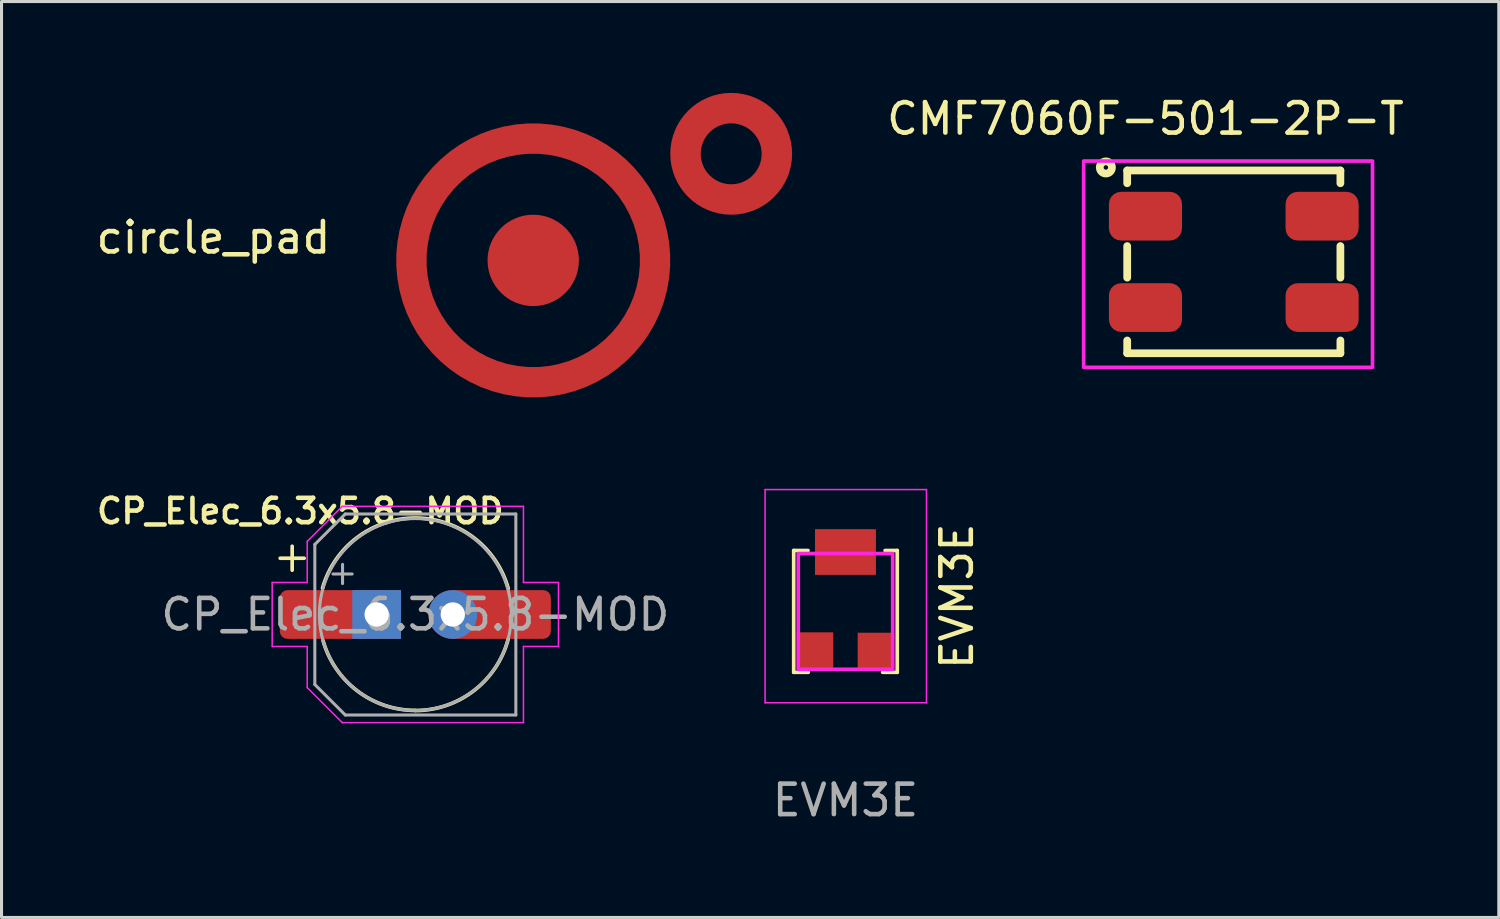
<source format=kicad_pcb>
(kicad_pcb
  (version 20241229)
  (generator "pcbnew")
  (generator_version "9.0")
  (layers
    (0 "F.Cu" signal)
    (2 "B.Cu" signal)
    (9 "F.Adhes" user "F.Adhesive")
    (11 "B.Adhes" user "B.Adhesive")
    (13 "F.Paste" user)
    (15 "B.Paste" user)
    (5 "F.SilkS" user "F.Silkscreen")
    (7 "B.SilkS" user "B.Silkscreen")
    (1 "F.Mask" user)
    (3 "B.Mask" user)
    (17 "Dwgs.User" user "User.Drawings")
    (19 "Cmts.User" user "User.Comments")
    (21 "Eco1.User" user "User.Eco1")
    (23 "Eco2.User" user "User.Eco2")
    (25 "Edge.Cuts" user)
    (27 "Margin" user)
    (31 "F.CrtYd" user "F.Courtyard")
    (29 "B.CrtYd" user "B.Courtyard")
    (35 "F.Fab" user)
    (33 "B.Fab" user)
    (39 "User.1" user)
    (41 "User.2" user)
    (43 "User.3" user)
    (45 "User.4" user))
  (footprint "CP_Elec_6.3x5.8-MOD"
    (layer "F.Cu")
    (at 10.587 17.126)
    (property "Reference" "CP_Elec_6.3x5.8-MOD" (at -3.775 -3.394 0) (layer "F.SilkS") (effects (font (size 0.8 0.8) (thickness 0.15))))
    (attr smd)
    (fp_line (start -4.438 -1.847) (end -3.65 -1.847) (stroke (width 0.12) (type solid)) (layer "F.SilkS"))
    (fp_line (start -4.044 -2.241) (end -4.044 -1.454) (stroke (width 0.12) (type solid)) (layer "F.SilkS"))
    (fp_arc (start -3.047999 -0.8636) (mid 0.006819 -3.167974) (end 3.051689 -0.850471) (stroke (width 0.12) (type default)) (layer "F.SilkS"))
    (fp_arc (start 0 3.1496) (mid -1.899443 2.512389) (end -3.030314 0.858589) (stroke (width 0.12) (type default)) (layer "F.SilkS"))
    (fp_arc (start 3.048 0.8128) (mid 1.921843 2.501493) (end 0 3.154512) (stroke (width 0.12) (type default)) (layer "F.SilkS"))
    (fp_line (start -4.7 -1.05) (end -4.7 1.05) (stroke (width 0.05) (type solid)) (layer "F.CrtYd"))
    (fp_line (start -4.7 1.05) (end -3.55 1.05) (stroke (width 0.05) (type solid)) (layer "F.CrtYd"))
    (fp_line (start -3.55 -2.4) (end -3.55 -1.05) (stroke (width 0.05) (type solid)) (layer "F.CrtYd"))
    (fp_line (start -3.55 -2.4) (end -2.4 -3.55) (stroke (width 0.05) (type solid)) (layer "F.CrtYd"))
    (fp_line (start -3.55 -1.05) (end -4.7 -1.05) (stroke (width 0.05) (type solid)) (layer "F.CrtYd"))
    (fp_line (start -3.55 1.05) (end -3.55 2.4) (stroke (width 0.05) (type solid)) (layer "F.CrtYd"))
    (fp_line (start -3.55 2.4) (end -2.4 3.55) (stroke (width 0.05) (type solid)) (layer "F.CrtYd"))
    (fp_line (start -2.4 -3.55) (end 3.55 -3.55) (stroke (width 0.05) (type solid)) (layer "F.CrtYd"))
    (fp_line (start -2.4 3.55) (end 3.55 3.55) (stroke (width 0.05) (type solid)) (layer "F.CrtYd"))
    (fp_line (start 3.55 -3.55) (end 3.55 -1.05) (stroke (width 0.05) (type solid)) (layer "F.CrtYd"))
    (fp_line (start 3.55 -1.05) (end 4.7 -1.05) (stroke (width 0.05) (type solid)) (layer "F.CrtYd"))
    (fp_line (start 3.55 1.05) (end 3.55 3.55) (stroke (width 0.05) (type solid)) (layer "F.CrtYd"))
    (fp_line (start 4.7 -1.05) (end 4.7 1.05) (stroke (width 0.05) (type solid)) (layer "F.CrtYd"))
    (fp_line (start 4.7 1.05) (end 3.55 1.05) (stroke (width 0.05) (type solid)) (layer "F.CrtYd"))
    (fp_line (start -3.3 -2.3) (end -3.3 2.3) (stroke (width 0.1) (type solid)) (layer "F.Fab"))
    (fp_line (start -3.3 -2.3) (end -2.3 -3.3) (stroke (width 0.1) (type solid)) (layer "F.Fab"))
    (fp_line (start -3.3 2.3) (end -2.3 3.3) (stroke (width 0.1) (type solid)) (layer "F.Fab"))
    (fp_line (start -2.705 -1.33) (end -2.075 -1.33) (stroke (width 0.1) (type solid)) (layer "F.Fab"))
    (fp_line (start -2.39 -1.645) (end -2.39 -1.015) (stroke (width 0.1) (type solid)) (layer "F.Fab"))
    (fp_line (start -2.3 -3.3) (end 3.3 -3.3) (stroke (width 0.1) (type solid)) (layer "F.Fab"))
    (fp_line (start -2.3 3.3) (end 3.3 3.3) (stroke (width 0.1) (type solid)) (layer "F.Fab"))
    (fp_line (start 3.3 -3.3) (end 3.3 3.3) (stroke (width 0.1) (type solid)) (layer "F.Fab"))
    (fp_circle (center 0 0) (end 3.15 0) (stroke (width 0.1) (type solid)) (fill no) (layer "F.Fab"))
    (fp_text user "${REFERENCE}" (at 0 0 0) (layer "F.Fab") (effects (font (size 1 1) (thickness 0.15))))
    (pad "1" smd roundrect (at -2.7 0) (size 3.5 1.6) (layers "F.Cu" "F.Mask" "F.Paste") (roundrect_rratio 0.156))
    (pad "1" thru_hole rect (at -1.27 0) (size 1.6 1.6) (drill 0.8) (layers "*.Cu" "*.Mask"))
    (pad "2" thru_hole circle (at 1.23 0) (size 1.6 1.6) (drill 0.8) (layers "*.Cu" "*.Mask"))
    (pad "2" smd roundrect (at 2.784 0) (size 3.332 1.6) (layers "F.Cu" "F.Mask" "F.Paste") (roundrect_rratio 0.156)))
  (footprint "EVM3E"
    (layer "F.Cu")
    (at 24.71 16.725)
    (property "Reference" "EVM3E" (at 3.66 -0.2 270) (layer "F.SilkS") (effects (font (size 1 1) (thickness 0.15))))
    (attr smd)
    (fp_line (start -1.7 -1.7) (end -1.7 2.3) (stroke (width 0.12) (type solid)) (layer "F.SilkS"))
    (fp_line (start -1.23 -1.7) (end -1.7 -1.7) (stroke (width 0.12) (type solid)) (layer "F.SilkS"))
    (fp_line (start -1.22 2.3) (end -1.7 2.3) (stroke (width 0.12) (type solid)) (layer "F.SilkS"))
    (fp_line (start 1.7 -1.7) (end 1.3 -1.7) (stroke (width 0.12) (type solid)) (layer "F.SilkS"))
    (fp_line (start 1.7 -1.7) (end 1.7 2.3) (stroke (width 0.12) (type solid)) (layer "F.SilkS"))
    (fp_line (start 1.7 2.3) (end 1.22 2.3) (stroke (width 0.12) (type solid)) (layer "F.SilkS"))
    (fp_line (start -2.64 -3.7) (end -2.64 3.3) (stroke (width 0.05) (type solid)) (layer "F.CrtYd"))
    (fp_line (start -2.64 3.3) (end 2.66 3.3) (stroke (width 0.05) (type solid)) (layer "F.CrtYd"))
    (fp_line (start 2.66 -3.7) (end -2.64 -3.7) (stroke (width 0.05) (type solid)) (layer "F.CrtYd"))
    (fp_line (start 2.66 3.3) (end 2.66 -3.7) (stroke (width 0.05) (type solid)) (layer "F.CrtYd"))
    (fp_rect (start -1.55 -1.6) (end 1.55 2.2) (stroke (width 0.12) (type default)) (fill no) (layer "F.CrtYd"))
    (fp_text user "${REFERENCE}" (at 0 6.5 0) (layer "F.Fab") (effects (font (size 1 1) (thickness 0.15))))
    (pad "1" smd rect (at 1 1.6 270) (size 1.2 1.2) (layers "F.Cu" "F.Mask" "F.Paste"))
    (pad "2" smd rect (at 0 -1.65 270) (size 1.5 2) (layers "F.Cu" "F.Mask" "F.Paste"))
    (pad "3" smd rect (at -1 1.593 270) (size 1.213 1.2) (layers "F.Cu" "F.Mask" "F.Paste")))
  (footprint "circle_pad"
    (layer "F.Cu")
    (at 14.458 5.5)
    (property "Reference" "circle_pad" (at -10.5 -0.75 0) (unlocked yes) (layer "F.SilkS") (effects (font (size 1 1) (thickness 0.15))))
    (attr smd)
    (fp_circle (center 6.5 -3.5) (end 6.5 -5) (stroke (width 1) (type solid)) (fill no) (layer "F.Cu"))
    (pad "1" smd custom (at 0 4) (size 1 1) (layers "F.Cu" "F.Mask" "F.Paste") (options (anchor circle)) (primitives (gr_circle (center 0 -4) (end 4 -4) (width 1) (fill no))))
    (pad "2" smd circle (at 0 0) (size 3 3) (layers "F.Cu" "F.Mask" "F.Paste")))
  (footprint "CMF7060F-501-2P-T"
    (layer "F.Cu")
    (at 33.36 3.248)
    (property "Reference" "CMF7060F-501-2P-T" (at 1.2 -2.4 0) (unlocked yes) (layer "F.SilkS") (effects (font (size 1 1) (thickness 0.15))))
    (attr smd)
    (fp_line (start 0.6 -0.7) (end 0.6 -0.281) (stroke (width 0.254) (type solid)) (layer "F.SilkS"))
    (fp_line (start 0.6 -0.7) (end 7.6 -0.7) (stroke (width 0.254) (type solid)) (layer "F.SilkS"))
    (fp_line (start 0.6 1.781) (end 0.6 2.819) (stroke (width 0.254) (type solid)) (layer "F.SilkS"))
    (fp_line (start 0.6 4.881) (end 0.6 5.3) (stroke (width 0.254) (type solid)) (layer "F.SilkS"))
    (fp_line (start 0.6 5.3) (end 7.6 5.3) (stroke (width 0.254) (type solid)) (layer "F.SilkS"))
    (fp_line (start 7.6 -0.7) (end 7.6 -0.281) (stroke (width 0.254) (type solid)) (layer "F.SilkS"))
    (fp_line (start 7.6 1.781) (end 7.6 2.819) (stroke (width 0.254) (type solid)) (layer "F.SilkS"))
    (fp_line (start 7.6 4.881) (end 7.6 5.3) (stroke (width 0.254) (type solid)) (layer "F.SilkS"))
    (fp_circle (center -0.1 -0.8) (end -0.1 -1) (stroke (width 0.254) (type solid)) (fill no) (layer "F.SilkS"))
    (fp_poly (pts (xy 8.655 5.763) (xy -0.829 5.763) (xy -0.829 -1.01) (xy 8.655 -1.01)) (stroke (width 0.12) (type solid)) (fill no) (layer "F.CrtYd"))
    (pad "1" smd roundrect (at 1.2 0.8) (size 2.4 1.6) (layers "F.Cu" "F.Mask" "F.Paste") (roundrect_rratio 0.25))
    (pad "2" smd roundrect (at 1.2 3.8) (size 2.4 1.6) (layers "F.Cu" "F.Mask" "F.Paste") (roundrect_rratio 0.25))
    (pad "3" smd roundrect (at 7 3.8) (size 2.4 1.6) (layers "F.Cu" "F.Mask" "F.Paste") (roundrect_rratio 0.25))
    (pad "4" smd roundrect (at 7 0.8) (size 2.4 1.6) (layers "F.Cu" "F.Mask" "F.Paste") (roundrect_rratio 0.25)))
  (gr_rect
    (start -3 -3)
    (end 46.161 27.073)
    (stroke (width 0.1) (type default))
    (fill no)
    (layer "Edge.Cuts")))
</source>
